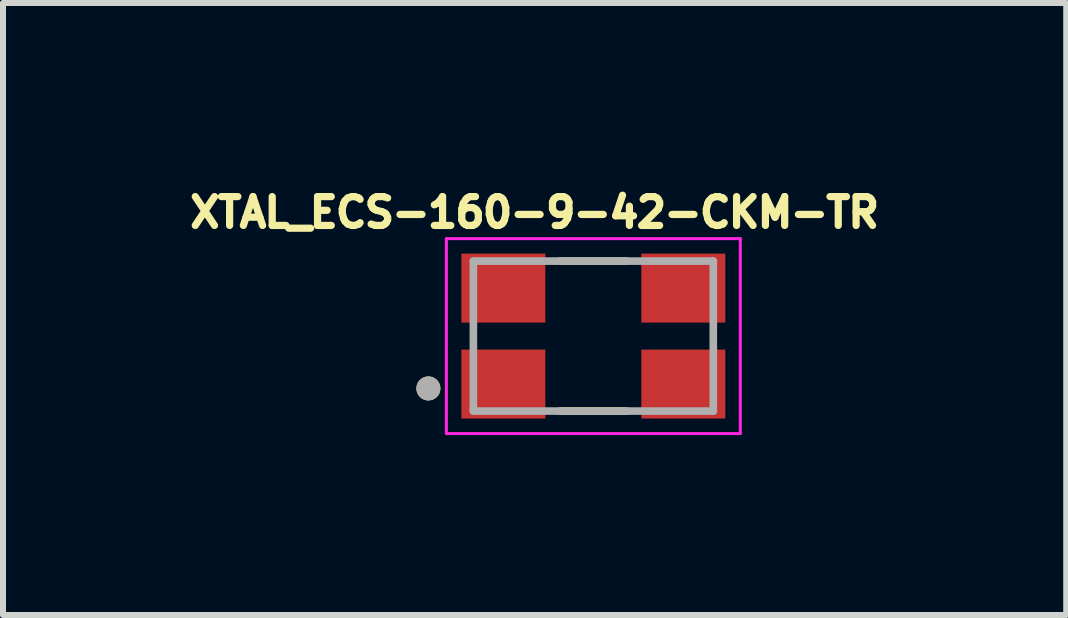
<source format=kicad_pcb>
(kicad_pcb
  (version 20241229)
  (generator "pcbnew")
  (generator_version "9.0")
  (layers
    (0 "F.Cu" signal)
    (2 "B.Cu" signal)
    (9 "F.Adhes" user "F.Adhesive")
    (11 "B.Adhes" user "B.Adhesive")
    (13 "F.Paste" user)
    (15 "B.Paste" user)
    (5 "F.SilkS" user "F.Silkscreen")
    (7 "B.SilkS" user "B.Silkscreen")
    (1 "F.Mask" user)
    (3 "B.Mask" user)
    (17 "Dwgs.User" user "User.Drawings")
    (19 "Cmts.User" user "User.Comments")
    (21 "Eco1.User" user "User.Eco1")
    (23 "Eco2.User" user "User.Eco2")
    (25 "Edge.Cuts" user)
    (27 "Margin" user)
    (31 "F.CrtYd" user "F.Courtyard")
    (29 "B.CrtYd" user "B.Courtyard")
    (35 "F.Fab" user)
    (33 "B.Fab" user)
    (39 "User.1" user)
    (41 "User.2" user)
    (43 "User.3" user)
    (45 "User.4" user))
  (footprint "XTAL_ECS-160-9-42-CKM-TR"
    (layer "F.Cu")
    (at 6.842 2.553)
    (property "Reference" "XTAL_ECS-160-9-42-CKM-TR" (at -0.979 -2.061 0) (layer "F.SilkS") (effects (font (size 0.481 0.481) (thickness 0.15))))
    (attr through_hole)
    (fp_line (start -0.55 -1.25) (end 0.55 -1.25) (stroke (width 0.127) (type solid)) (layer "F.SilkS"))
    (fp_line (start -0.55 1.25) (end 0.55 1.25) (stroke (width 0.127) (type solid)) (layer "F.SilkS"))
    (fp_circle (center -2.75 0.873) (end -2.65 0.873) (stroke (width 0.2) (type solid)) (fill no) (layer "F.SilkS"))
    (fp_line (start -2.45 -1.625) (end 2.45 -1.625) (stroke (width 0.05) (type solid)) (layer "F.CrtYd"))
    (fp_line (start -2.45 1.625) (end -2.45 -1.625) (stroke (width 0.05) (type solid)) (layer "F.CrtYd"))
    (fp_line (start 2.45 -1.625) (end 2.45 1.625) (stroke (width 0.05) (type solid)) (layer "F.CrtYd"))
    (fp_line (start 2.45 1.625) (end -2.45 1.625) (stroke (width 0.05) (type solid)) (layer "F.CrtYd"))
    (fp_line (start -2 -1.25) (end 2 -1.25) (stroke (width 0.127) (type solid)) (layer "F.Fab"))
    (fp_line (start -2 1.25) (end -2 -1.25) (stroke (width 0.127) (type solid)) (layer "F.Fab"))
    (fp_line (start 2 -1.25) (end 2 1.25) (stroke (width 0.127) (type solid)) (layer "F.Fab"))
    (fp_line (start 2 1.25) (end -2 1.25) (stroke (width 0.127) (type solid)) (layer "F.Fab"))
    (fp_circle (center -2.75 0.873) (end -2.65 0.873) (stroke (width 0.2) (type solid)) (fill no) (layer "F.Fab"))
    (pad "1" smd rect (at -1.5 0.8 270) (size 1.15 1.4) (layers "F.Cu" "F.Mask" "F.Paste"))
    (pad "2" smd rect (at 1.5 0.8 270) (size 1.15 1.4) (layers "F.Cu" "F.Mask" "F.Paste"))
    (pad "3" smd rect (at 1.5 -0.8 270) (size 1.15 1.4) (layers "F.Cu" "F.Mask" "F.Paste"))
    (pad "4" smd rect (at -1.5 -0.8 270) (size 1.15 1.4) (layers "F.Cu" "F.Mask" "F.Paste")))
  (gr_rect
    (start -3 -3)
    (end 14.726 7.203)
    (stroke (width 0.1) (type default))
    (fill no)
    (layer "Edge.Cuts")))
</source>
